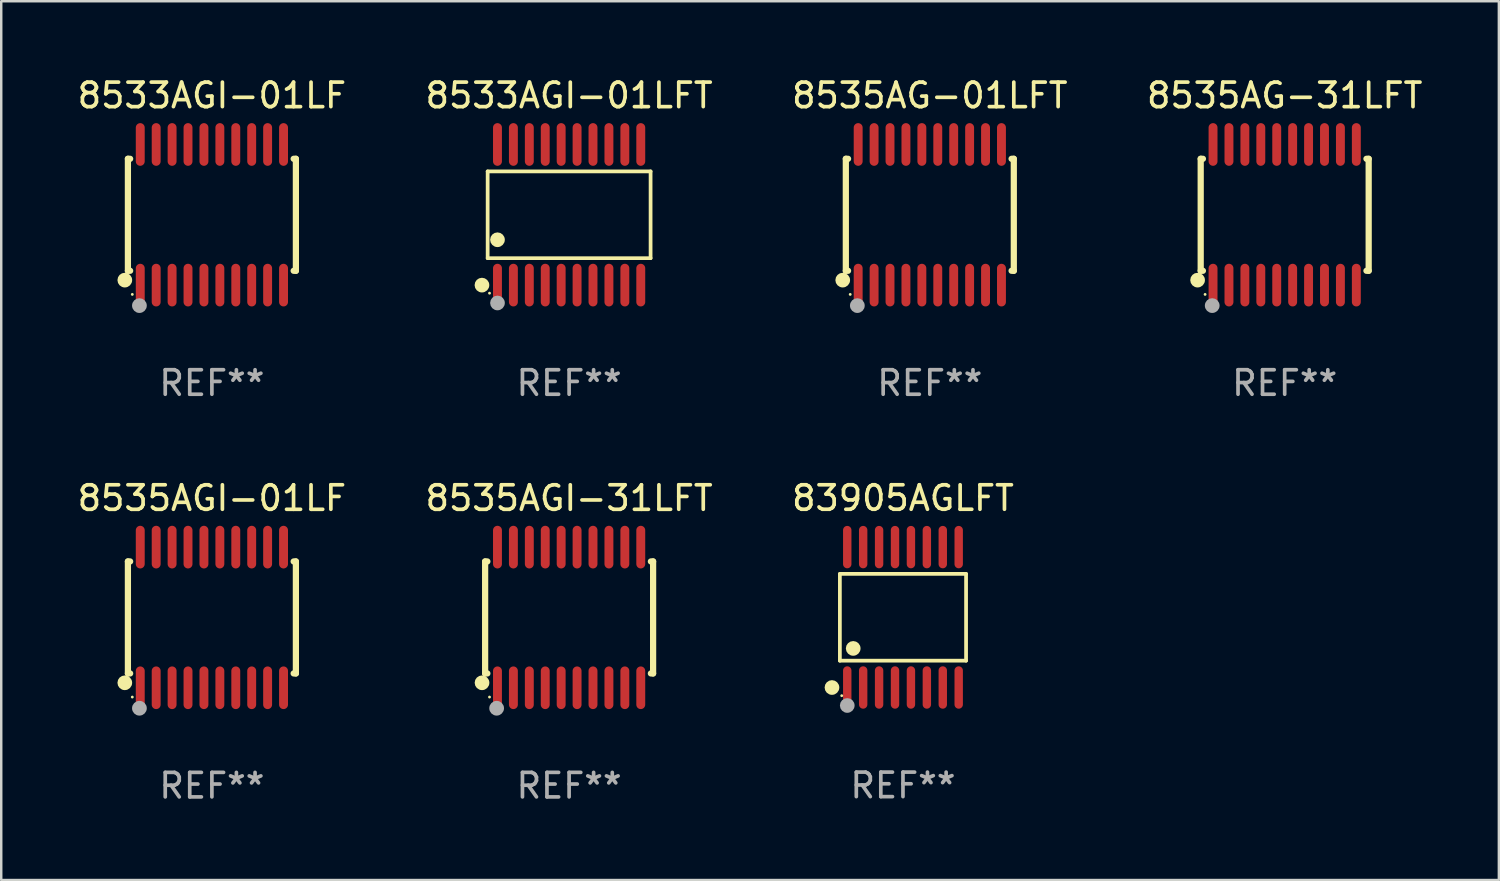
<source format=kicad_pcb>
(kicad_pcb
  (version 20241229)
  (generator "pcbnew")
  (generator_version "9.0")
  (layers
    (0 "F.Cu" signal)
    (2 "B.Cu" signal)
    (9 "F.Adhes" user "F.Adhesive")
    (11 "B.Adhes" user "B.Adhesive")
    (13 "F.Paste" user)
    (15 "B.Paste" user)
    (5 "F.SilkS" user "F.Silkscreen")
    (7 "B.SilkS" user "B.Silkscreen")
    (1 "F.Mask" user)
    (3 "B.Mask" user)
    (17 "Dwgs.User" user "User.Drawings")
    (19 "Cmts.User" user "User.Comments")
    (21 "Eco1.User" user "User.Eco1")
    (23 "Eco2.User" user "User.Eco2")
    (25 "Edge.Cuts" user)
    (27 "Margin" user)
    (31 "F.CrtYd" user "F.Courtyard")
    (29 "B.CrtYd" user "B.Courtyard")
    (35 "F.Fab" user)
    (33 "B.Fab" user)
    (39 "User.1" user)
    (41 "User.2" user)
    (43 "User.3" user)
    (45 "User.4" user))
  (footprint "83905AGLFT"
    (layer "F.Cu")
    (at 33.815 22.152)
    (property "Reference" "83905AGLFT" (at 0 -4.866 0) (layer "F.SilkS") (effects (font (size 1 1) (thickness 0.15))))
    (attr through_hole)
    (fp_line (start -2.576 -1.772) (end 2.576 -1.772) (stroke (width 0.152) (type solid)) (layer "F.SilkS"))
    (fp_line (start -2.576 1.771) (end -2.576 -1.772) (stroke (width 0.152) (type solid)) (layer "F.SilkS"))
    (fp_line (start 2.576 -1.772) (end 2.576 1.771) (stroke (width 0.152) (type solid)) (layer "F.SilkS"))
    (fp_line (start 2.576 1.771) (end -2.576 1.771) (stroke (width 0.152) (type solid)) (layer "F.SilkS"))
    (fp_circle (center -2.899 2.866) (end -2.749 2.866) (stroke (width 0.3) (type solid)) (fill no) (layer "F.SilkS"))
    (fp_circle (center -2.5 3.2) (end -2.47 3.2) (stroke (width 0.06) (type solid)) (fill no) (layer "F.SilkS"))
    (fp_circle (center -2.032 1.27) (end -1.882 1.27) (stroke (width 0.3) (type solid)) (fill no) (layer "F.SilkS"))
    (fp_circle (center -2.275 3.6) (end -2.125 3.6) (stroke (width 0.3) (type solid)) (fill no) (layer "F.Fab"))
    (fp_text user "REF**" (at 0 6.866 0) (layer "F.Fab") (effects (font (size 1 1) (thickness 0.15))))
    (pad "1" smd oval (at -2.275 2.866) (size 0.343 1.731) (layers "F.Cu" "F.Mask" "F.Paste"))
    (pad "2" smd oval (at -1.625 2.866) (size 0.343 1.731) (layers "F.Cu" "F.Mask" "F.Paste"))
    (pad "3" smd oval (at -0.975 2.866) (size 0.343 1.731) (layers "F.Cu" "F.Mask" "F.Paste"))
    (pad "4" smd oval (at -0.325 2.866) (size 0.343 1.731) (layers "F.Cu" "F.Mask" "F.Paste"))
    (pad "5" smd oval (at 0.325 2.866) (size 0.343 1.731) (layers "F.Cu" "F.Mask" "F.Paste"))
    (pad "6" smd oval (at 0.975 2.866) (size 0.343 1.731) (layers "F.Cu" "F.Mask" "F.Paste"))
    (pad "7" smd oval (at 1.625 2.866) (size 0.343 1.731) (layers "F.Cu" "F.Mask" "F.Paste"))
    (pad "8" smd oval (at 2.275 2.866) (size 0.343 1.731) (layers "F.Cu" "F.Mask" "F.Paste"))
    (pad "9" smd oval (at 2.275 -2.866) (size 0.343 1.731) (layers "F.Cu" "F.Mask" "F.Paste"))
    (pad "10" smd oval (at 1.625 -2.866) (size 0.343 1.731) (layers "F.Cu" "F.Mask" "F.Paste"))
    (pad "11" smd oval (at 0.975 -2.866) (size 0.343 1.731) (layers "F.Cu" "F.Mask" "F.Paste"))
    (pad "12" smd oval (at 0.325 -2.866) (size 0.343 1.731) (layers "F.Cu" "F.Mask" "F.Paste"))
    (pad "13" smd oval (at -0.325 -2.866) (size 0.343 1.731) (layers "F.Cu" "F.Mask" "F.Paste"))
    (pad "14" smd oval (at -0.975 -2.866) (size 0.343 1.731) (layers "F.Cu" "F.Mask" "F.Paste"))
    (pad "15" smd oval (at -1.625 -2.866) (size 0.343 1.731) (layers "F.Cu" "F.Mask" "F.Paste"))
    (pad "16" smd oval (at -2.275 -2.866) (size 0.343 1.731) (layers "F.Cu" "F.Mask" "F.Paste")))
  (footprint "8533AGI-01LFT"
    (layer "F.Cu")
    (at 20.185 5.719)
    (property "Reference" "8533AGI-01LFT" (at 0 -4.871 0) (layer "F.SilkS") (effects (font (size 1 1) (thickness 0.15))))
    (attr through_hole)
    (fp_line (start -3.326 -1.771) (end 3.326 -1.771) (stroke (width 0.152) (type solid)) (layer "F.SilkS"))
    (fp_line (start -3.326 1.771) (end -3.326 -1.771) (stroke (width 0.152) (type solid)) (layer "F.SilkS"))
    (fp_line (start 3.326 -1.771) (end 3.326 1.771) (stroke (width 0.152) (type solid)) (layer "F.SilkS"))
    (fp_line (start 3.326 1.771) (end -3.326 1.771) (stroke (width 0.152) (type solid)) (layer "F.SilkS"))
    (fp_circle (center -3.559 2.871) (end -3.409 2.871) (stroke (width 0.3) (type solid)) (fill no) (layer "F.SilkS"))
    (fp_circle (center -3.25 3.2) (end -3.22 3.2) (stroke (width 0.06) (type solid)) (fill no) (layer "F.SilkS"))
    (fp_circle (center -2.925 1.019) (end -2.775 1.019) (stroke (width 0.3) (type solid)) (fill no) (layer "F.SilkS"))
    (fp_circle (center -2.925 3.6) (end -2.775 3.6) (stroke (width 0.3) (type solid)) (fill no) (layer "F.Fab"))
    (fp_text user "REF**" (at 0 6.871 0) (layer "F.Fab") (effects (font (size 1 1) (thickness 0.15))))
    (pad "1" smd oval (at -2.925 2.871) (size 0.364 1.742) (layers "F.Cu" "F.Mask" "F.Paste"))
    (pad "2" smd oval (at -2.275 2.871) (size 0.364 1.742) (layers "F.Cu" "F.Mask" "F.Paste"))
    (pad "3" smd oval (at -1.625 2.871) (size 0.364 1.742) (layers "F.Cu" "F.Mask" "F.Paste"))
    (pad "4" smd oval (at -0.975 2.871) (size 0.364 1.742) (layers "F.Cu" "F.Mask" "F.Paste"))
    (pad "5" smd oval (at -0.325 2.871) (size 0.364 1.742) (layers "F.Cu" "F.Mask" "F.Paste"))
    (pad "6" smd oval (at 0.325 2.871) (size 0.364 1.742) (layers "F.Cu" "F.Mask" "F.Paste"))
    (pad "7" smd oval (at 0.975 2.871) (size 0.364 1.742) (layers "F.Cu" "F.Mask" "F.Paste"))
    (pad "8" smd oval (at 1.625 2.871) (size 0.364 1.742) (layers "F.Cu" "F.Mask" "F.Paste"))
    (pad "9" smd oval (at 2.275 2.871) (size 0.364 1.742) (layers "F.Cu" "F.Mask" "F.Paste"))
    (pad "10" smd oval (at 2.925 2.871) (size 0.364 1.742) (layers "F.Cu" "F.Mask" "F.Paste"))
    (pad "11" smd oval (at 2.925 -2.871) (size 0.364 1.742) (layers "F.Cu" "F.Mask" "F.Paste"))
    (pad "12" smd oval (at 2.275 -2.871) (size 0.364 1.742) (layers "F.Cu" "F.Mask" "F.Paste"))
    (pad "13" smd oval (at 1.625 -2.871) (size 0.364 1.742) (layers "F.Cu" "F.Mask" "F.Paste"))
    (pad "14" smd oval (at 0.975 -2.871) (size 0.364 1.742) (layers "F.Cu" "F.Mask" "F.Paste"))
    (pad "15" smd oval (at 0.325 -2.871) (size 0.364 1.742) (layers "F.Cu" "F.Mask" "F.Paste"))
    (pad "16" smd oval (at -0.325 -2.871) (size 0.364 1.742) (layers "F.Cu" "F.Mask" "F.Paste"))
    (pad "17" smd oval (at -0.975 -2.871) (size 0.364 1.742) (layers "F.Cu" "F.Mask" "F.Paste"))
    (pad "18" smd oval (at -1.625 -2.871) (size 0.364 1.742) (layers "F.Cu" "F.Mask" "F.Paste"))
    (pad "19" smd oval (at -2.275 -2.871) (size 0.364 1.742) (layers "F.Cu" "F.Mask" "F.Paste"))
    (pad "20" smd oval (at -2.925 -2.871) (size 0.364 1.742) (layers "F.Cu" "F.Mask" "F.Paste")))
  (footprint "8535AG-31LFT"
    (layer "F.Cu")
    (at 49.399 5.719)
    (property "Reference" "8535AG-31LFT" (at 0 -4.871 0) (layer "F.SilkS") (effects (font (size 1 1) (thickness 0.15))))
    (attr through_hole)
    (fp_line (start -3.429 -2.286) (end -3.429 2.286) (stroke (width 0.254) (type solid)) (layer "F.SilkS"))
    (fp_line (start -3.429 2.286) (end -3.338 2.286) (stroke (width 0.254) (type solid)) (layer "F.SilkS"))
    (fp_line (start -3.338 -2.286) (end -3.429 -2.286) (stroke (width 0.254) (type solid)) (layer "F.SilkS"))
    (fp_line (start 3.338 -2.286) (end 3.429 -2.286) (stroke (width 0.254) (type solid)) (layer "F.SilkS"))
    (fp_line (start 3.429 -2.286) (end 3.429 2.286) (stroke (width 0.254) (type solid)) (layer "F.SilkS"))
    (fp_line (start 3.429 2.286) (end 3.338 2.286) (stroke (width 0.254) (type solid)) (layer "F.SilkS"))
    (fp_circle (center -3.556 2.667) (end -3.406 2.667) (stroke (width 0.3) (type solid)) (fill no) (layer "F.SilkS"))
    (fp_circle (center -3.25 3.25) (end -3.22 3.25) (stroke (width 0.06) (type solid)) (fill no) (layer "F.SilkS"))
    (fp_circle (center -2.959 3.707) (end -2.808 3.707) (stroke (width 0.3) (type solid)) (fill no) (layer "F.Fab"))
    (fp_text user "REF**" (at 0 6.871 0) (layer "F.Fab") (effects (font (size 1 1) (thickness 0.15))))
    (pad "1" smd oval (at -2.925 2.871) (size 0.364 1.742) (layers "F.Cu" "F.Mask" "F.Paste"))
    (pad "2" smd oval (at -2.275 2.871) (size 0.364 1.742) (layers "F.Cu" "F.Mask" "F.Paste"))
    (pad "3" smd oval (at -1.625 2.871) (size 0.364 1.742) (layers "F.Cu" "F.Mask" "F.Paste"))
    (pad "4" smd oval (at -0.975 2.871) (size 0.364 1.742) (layers "F.Cu" "F.Mask" "F.Paste"))
    (pad "5" smd oval (at -0.325 2.871) (size 0.364 1.742) (layers "F.Cu" "F.Mask" "F.Paste"))
    (pad "6" smd oval (at 0.325 2.871) (size 0.364 1.742) (layers "F.Cu" "F.Mask" "F.Paste"))
    (pad "7" smd oval (at 0.975 2.871) (size 0.364 1.742) (layers "F.Cu" "F.Mask" "F.Paste"))
    (pad "8" smd oval (at 1.625 2.871) (size 0.364 1.742) (layers "F.Cu" "F.Mask" "F.Paste"))
    (pad "9" smd oval (at 2.275 2.871) (size 0.364 1.742) (layers "F.Cu" "F.Mask" "F.Paste"))
    (pad "10" smd oval (at 2.925 2.871) (size 0.364 1.742) (layers "F.Cu" "F.Mask" "F.Paste"))
    (pad "11" smd oval (at 2.925 -2.871) (size 0.364 1.742) (layers "F.Cu" "F.Mask" "F.Paste"))
    (pad "12" smd oval (at 2.275 -2.871) (size 0.364 1.742) (layers "F.Cu" "F.Mask" "F.Paste"))
    (pad "13" smd oval (at 1.625 -2.871) (size 0.364 1.742) (layers "F.Cu" "F.Mask" "F.Paste"))
    (pad "14" smd oval (at 0.975 -2.871) (size 0.364 1.742) (layers "F.Cu" "F.Mask" "F.Paste"))
    (pad "15" smd oval (at 0.325 -2.871) (size 0.364 1.742) (layers "F.Cu" "F.Mask" "F.Paste"))
    (pad "16" smd oval (at -0.325 -2.871) (size 0.364 1.742) (layers "F.Cu" "F.Mask" "F.Paste"))
    (pad "17" smd oval (at -0.975 -2.871) (size 0.364 1.742) (layers "F.Cu" "F.Mask" "F.Paste"))
    (pad "18" smd oval (at -1.625 -2.871) (size 0.364 1.742) (layers "F.Cu" "F.Mask" "F.Paste"))
    (pad "19" smd oval (at -2.275 -2.871) (size 0.364 1.742) (layers "F.Cu" "F.Mask" "F.Paste"))
    (pad "20" smd oval (at -2.925 -2.871) (size 0.364 1.742) (layers "F.Cu" "F.Mask" "F.Paste")))
  (footprint "8535AGI-01LF"
    (layer "F.Cu")
    (at 5.601 22.158)
    (property "Reference" "8535AGI-01LF" (at 0 -4.871 0) (layer "F.SilkS") (effects (font (size 1 1) (thickness 0.15))))
    (attr through_hole)
    (fp_line (start -3.429 -2.286) (end -3.429 2.286) (stroke (width 0.254) (type solid)) (layer "F.SilkS"))
    (fp_line (start -3.429 2.286) (end -3.338 2.286) (stroke (width 0.254) (type solid)) (layer "F.SilkS"))
    (fp_line (start -3.338 -2.286) (end -3.429 -2.286) (stroke (width 0.254) (type solid)) (layer "F.SilkS"))
    (fp_line (start 3.338 -2.286) (end 3.429 -2.286) (stroke (width 0.254) (type solid)) (layer "F.SilkS"))
    (fp_line (start 3.429 -2.286) (end 3.429 2.286) (stroke (width 0.254) (type solid)) (layer "F.SilkS"))
    (fp_line (start 3.429 2.286) (end 3.338 2.286) (stroke (width 0.254) (type solid)) (layer "F.SilkS"))
    (fp_circle (center -3.556 2.667) (end -3.406 2.667) (stroke (width 0.3) (type solid)) (fill no) (layer "F.SilkS"))
    (fp_circle (center -3.25 3.25) (end -3.22 3.25) (stroke (width 0.06) (type solid)) (fill no) (layer "F.SilkS"))
    (fp_circle (center -2.959 3.707) (end -2.808 3.707) (stroke (width 0.3) (type solid)) (fill no) (layer "F.Fab"))
    (fp_text user "REF**" (at 0 6.871 0) (layer "F.Fab") (effects (font (size 1 1) (thickness 0.15))))
    (pad "1" smd oval (at -2.925 2.871) (size 0.364 1.742) (layers "F.Cu" "F.Mask" "F.Paste"))
    (pad "2" smd oval (at -2.275 2.871) (size 0.364 1.742) (layers "F.Cu" "F.Mask" "F.Paste"))
    (pad "3" smd oval (at -1.625 2.871) (size 0.364 1.742) (layers "F.Cu" "F.Mask" "F.Paste"))
    (pad "4" smd oval (at -0.975 2.871) (size 0.364 1.742) (layers "F.Cu" "F.Mask" "F.Paste"))
    (pad "5" smd oval (at -0.325 2.871) (size 0.364 1.742) (layers "F.Cu" "F.Mask" "F.Paste"))
    (pad "6" smd oval (at 0.325 2.871) (size 0.364 1.742) (layers "F.Cu" "F.Mask" "F.Paste"))
    (pad "7" smd oval (at 0.975 2.871) (size 0.364 1.742) (layers "F.Cu" "F.Mask" "F.Paste"))
    (pad "8" smd oval (at 1.625 2.871) (size 0.364 1.742) (layers "F.Cu" "F.Mask" "F.Paste"))
    (pad "9" smd oval (at 2.275 2.871) (size 0.364 1.742) (layers "F.Cu" "F.Mask" "F.Paste"))
    (pad "10" smd oval (at 2.925 2.871) (size 0.364 1.742) (layers "F.Cu" "F.Mask" "F.Paste"))
    (pad "11" smd oval (at 2.925 -2.871) (size 0.364 1.742) (layers "F.Cu" "F.Mask" "F.Paste"))
    (pad "12" smd oval (at 2.275 -2.871) (size 0.364 1.742) (layers "F.Cu" "F.Mask" "F.Paste"))
    (pad "13" smd oval (at 1.625 -2.871) (size 0.364 1.742) (layers "F.Cu" "F.Mask" "F.Paste"))
    (pad "14" smd oval (at 0.975 -2.871) (size 0.364 1.742) (layers "F.Cu" "F.Mask" "F.Paste"))
    (pad "15" smd oval (at 0.325 -2.871) (size 0.364 1.742) (layers "F.Cu" "F.Mask" "F.Paste"))
    (pad "16" smd oval (at -0.325 -2.871) (size 0.364 1.742) (layers "F.Cu" "F.Mask" "F.Paste"))
    (pad "17" smd oval (at -0.975 -2.871) (size 0.364 1.742) (layers "F.Cu" "F.Mask" "F.Paste"))
    (pad "18" smd oval (at -1.625 -2.871) (size 0.364 1.742) (layers "F.Cu" "F.Mask" "F.Paste"))
    (pad "19" smd oval (at -2.275 -2.871) (size 0.364 1.742) (layers "F.Cu" "F.Mask" "F.Paste"))
    (pad "20" smd oval (at -2.925 -2.871) (size 0.364 1.742) (layers "F.Cu" "F.Mask" "F.Paste")))
  (footprint "8535AGI-31LFT"
    (layer "F.Cu")
    (at 20.185 22.158)
    (property "Reference" "8535AGI-31LFT" (at 0 -4.871 0) (layer "F.SilkS") (effects (font (size 1 1) (thickness 0.15))))
    (attr through_hole)
    (fp_line (start -3.429 -2.286) (end -3.429 2.286) (stroke (width 0.254) (type solid)) (layer "F.SilkS"))
    (fp_line (start -3.429 2.286) (end -3.338 2.286) (stroke (width 0.254) (type solid)) (layer "F.SilkS"))
    (fp_line (start -3.338 -2.286) (end -3.429 -2.286) (stroke (width 0.254) (type solid)) (layer "F.SilkS"))
    (fp_line (start 3.338 -2.286) (end 3.429 -2.286) (stroke (width 0.254) (type solid)) (layer "F.SilkS"))
    (fp_line (start 3.429 -2.286) (end 3.429 2.286) (stroke (width 0.254) (type solid)) (layer "F.SilkS"))
    (fp_line (start 3.429 2.286) (end 3.338 2.286) (stroke (width 0.254) (type solid)) (layer "F.SilkS"))
    (fp_circle (center -3.556 2.667) (end -3.406 2.667) (stroke (width 0.3) (type solid)) (fill no) (layer "F.SilkS"))
    (fp_circle (center -3.25 3.25) (end -3.22 3.25) (stroke (width 0.06) (type solid)) (fill no) (layer "F.SilkS"))
    (fp_circle (center -2.959 3.707) (end -2.808 3.707) (stroke (width 0.3) (type solid)) (fill no) (layer "F.Fab"))
    (fp_text user "REF**" (at 0 6.871 0) (layer "F.Fab") (effects (font (size 1 1) (thickness 0.15))))
    (pad "1" smd oval (at -2.925 2.871) (size 0.364 1.742) (layers "F.Cu" "F.Mask" "F.Paste"))
    (pad "2" smd oval (at -2.275 2.871) (size 0.364 1.742) (layers "F.Cu" "F.Mask" "F.Paste"))
    (pad "3" smd oval (at -1.625 2.871) (size 0.364 1.742) (layers "F.Cu" "F.Mask" "F.Paste"))
    (pad "4" smd oval (at -0.975 2.871) (size 0.364 1.742) (layers "F.Cu" "F.Mask" "F.Paste"))
    (pad "5" smd oval (at -0.325 2.871) (size 0.364 1.742) (layers "F.Cu" "F.Mask" "F.Paste"))
    (pad "6" smd oval (at 0.325 2.871) (size 0.364 1.742) (layers "F.Cu" "F.Mask" "F.Paste"))
    (pad "7" smd oval (at 0.975 2.871) (size 0.364 1.742) (layers "F.Cu" "F.Mask" "F.Paste"))
    (pad "8" smd oval (at 1.625 2.871) (size 0.364 1.742) (layers "F.Cu" "F.Mask" "F.Paste"))
    (pad "9" smd oval (at 2.275 2.871) (size 0.364 1.742) (layers "F.Cu" "F.Mask" "F.Paste"))
    (pad "10" smd oval (at 2.925 2.871) (size 0.364 1.742) (layers "F.Cu" "F.Mask" "F.Paste"))
    (pad "11" smd oval (at 2.925 -2.871) (size 0.364 1.742) (layers "F.Cu" "F.Mask" "F.Paste"))
    (pad "12" smd oval (at 2.275 -2.871) (size 0.364 1.742) (layers "F.Cu" "F.Mask" "F.Paste"))
    (pad "13" smd oval (at 1.625 -2.871) (size 0.364 1.742) (layers "F.Cu" "F.Mask" "F.Paste"))
    (pad "14" smd oval (at 0.975 -2.871) (size 0.364 1.742) (layers "F.Cu" "F.Mask" "F.Paste"))
    (pad "15" smd oval (at 0.325 -2.871) (size 0.364 1.742) (layers "F.Cu" "F.Mask" "F.Paste"))
    (pad "16" smd oval (at -0.325 -2.871) (size 0.364 1.742) (layers "F.Cu" "F.Mask" "F.Paste"))
    (pad "17" smd oval (at -0.975 -2.871) (size 0.364 1.742) (layers "F.Cu" "F.Mask" "F.Paste"))
    (pad "18" smd oval (at -1.625 -2.871) (size 0.364 1.742) (layers "F.Cu" "F.Mask" "F.Paste"))
    (pad "19" smd oval (at -2.275 -2.871) (size 0.364 1.742) (layers "F.Cu" "F.Mask" "F.Paste"))
    (pad "20" smd oval (at -2.925 -2.871) (size 0.364 1.742) (layers "F.Cu" "F.Mask" "F.Paste")))
  (footprint "8535AG-01LFT"
    (layer "F.Cu")
    (at 34.911 5.719)
    (property "Reference" "8535AG-01LFT" (at 0 -4.871 0) (layer "F.SilkS") (effects (font (size 1 1) (thickness 0.15))))
    (attr through_hole)
    (fp_line (start -3.429 -2.286) (end -3.429 2.286) (stroke (width 0.254) (type solid)) (layer "F.SilkS"))
    (fp_line (start -3.429 2.286) (end -3.338 2.286) (stroke (width 0.254) (type solid)) (layer "F.SilkS"))
    (fp_line (start -3.338 -2.286) (end -3.429 -2.286) (stroke (width 0.254) (type solid)) (layer "F.SilkS"))
    (fp_line (start 3.338 -2.286) (end 3.429 -2.286) (stroke (width 0.254) (type solid)) (layer "F.SilkS"))
    (fp_line (start 3.429 -2.286) (end 3.429 2.286) (stroke (width 0.254) (type solid)) (layer "F.SilkS"))
    (fp_line (start 3.429 2.286) (end 3.338 2.286) (stroke (width 0.254) (type solid)) (layer "F.SilkS"))
    (fp_circle (center -3.556 2.667) (end -3.406 2.667) (stroke (width 0.3) (type solid)) (fill no) (layer "F.SilkS"))
    (fp_circle (center -3.25 3.25) (end -3.22 3.25) (stroke (width 0.06) (type solid)) (fill no) (layer "F.SilkS"))
    (fp_circle (center -2.959 3.707) (end -2.808 3.707) (stroke (width 0.3) (type solid)) (fill no) (layer "F.Fab"))
    (fp_text user "REF**" (at 0 6.871 0) (layer "F.Fab") (effects (font (size 1 1) (thickness 0.15))))
    (pad "1" smd oval (at -2.925 2.871) (size 0.364 1.742) (layers "F.Cu" "F.Mask" "F.Paste"))
    (pad "2" smd oval (at -2.275 2.871) (size 0.364 1.742) (layers "F.Cu" "F.Mask" "F.Paste"))
    (pad "3" smd oval (at -1.625 2.871) (size 0.364 1.742) (layers "F.Cu" "F.Mask" "F.Paste"))
    (pad "4" smd oval (at -0.975 2.871) (size 0.364 1.742) (layers "F.Cu" "F.Mask" "F.Paste"))
    (pad "5" smd oval (at -0.325 2.871) (size 0.364 1.742) (layers "F.Cu" "F.Mask" "F.Paste"))
    (pad "6" smd oval (at 0.325 2.871) (size 0.364 1.742) (layers "F.Cu" "F.Mask" "F.Paste"))
    (pad "7" smd oval (at 0.975 2.871) (size 0.364 1.742) (layers "F.Cu" "F.Mask" "F.Paste"))
    (pad "8" smd oval (at 1.625 2.871) (size 0.364 1.742) (layers "F.Cu" "F.Mask" "F.Paste"))
    (pad "9" smd oval (at 2.275 2.871) (size 0.364 1.742) (layers "F.Cu" "F.Mask" "F.Paste"))
    (pad "10" smd oval (at 2.925 2.871) (size 0.364 1.742) (layers "F.Cu" "F.Mask" "F.Paste"))
    (pad "11" smd oval (at 2.925 -2.871) (size 0.364 1.742) (layers "F.Cu" "F.Mask" "F.Paste"))
    (pad "12" smd oval (at 2.275 -2.871) (size 0.364 1.742) (layers "F.Cu" "F.Mask" "F.Paste"))
    (pad "13" smd oval (at 1.625 -2.871) (size 0.364 1.742) (layers "F.Cu" "F.Mask" "F.Paste"))
    (pad "14" smd oval (at 0.975 -2.871) (size 0.364 1.742) (layers "F.Cu" "F.Mask" "F.Paste"))
    (pad "15" smd oval (at 0.325 -2.871) (size 0.364 1.742) (layers "F.Cu" "F.Mask" "F.Paste"))
    (pad "16" smd oval (at -0.325 -2.871) (size 0.364 1.742) (layers "F.Cu" "F.Mask" "F.Paste"))
    (pad "17" smd oval (at -0.975 -2.871) (size 0.364 1.742) (layers "F.Cu" "F.Mask" "F.Paste"))
    (pad "18" smd oval (at -1.625 -2.871) (size 0.364 1.742) (layers "F.Cu" "F.Mask" "F.Paste"))
    (pad "19" smd oval (at -2.275 -2.871) (size 0.364 1.742) (layers "F.Cu" "F.Mask" "F.Paste"))
    (pad "20" smd oval (at -2.925 -2.871) (size 0.364 1.742) (layers "F.Cu" "F.Mask" "F.Paste")))
  (footprint "8533AGI-01LF"
    (layer "F.Cu")
    (at 5.601 5.719)
    (property "Reference" "8533AGI-01LF" (at 0 -4.871 0) (layer "F.SilkS") (effects (font (size 1 1) (thickness 0.15))))
    (attr through_hole)
    (fp_line (start -3.429 -2.286) (end -3.429 2.286) (stroke (width 0.254) (type solid)) (layer "F.SilkS"))
    (fp_line (start -3.429 2.286) (end -3.338 2.286) (stroke (width 0.254) (type solid)) (layer "F.SilkS"))
    (fp_line (start -3.338 -2.286) (end -3.429 -2.286) (stroke (width 0.254) (type solid)) (layer "F.SilkS"))
    (fp_line (start 3.338 -2.286) (end 3.429 -2.286) (stroke (width 0.254) (type solid)) (layer "F.SilkS"))
    (fp_line (start 3.429 -2.286) (end 3.429 2.286) (stroke (width 0.254) (type solid)) (layer "F.SilkS"))
    (fp_line (start 3.429 2.286) (end 3.338 2.286) (stroke (width 0.254) (type solid)) (layer "F.SilkS"))
    (fp_circle (center -3.556 2.667) (end -3.406 2.667) (stroke (width 0.3) (type solid)) (fill no) (layer "F.SilkS"))
    (fp_circle (center -3.25 3.25) (end -3.22 3.25) (stroke (width 0.06) (type solid)) (fill no) (layer "F.SilkS"))
    (fp_circle (center -2.959 3.707) (end -2.808 3.707) (stroke (width 0.3) (type solid)) (fill no) (layer "F.Fab"))
    (fp_text user "REF**" (at 0 6.871 0) (layer "F.Fab") (effects (font (size 1 1) (thickness 0.15))))
    (pad "1" smd oval (at -2.925 2.871) (size 0.364 1.742) (layers "F.Cu" "F.Mask" "F.Paste"))
    (pad "2" smd oval (at -2.275 2.871) (size 0.364 1.742) (layers "F.Cu" "F.Mask" "F.Paste"))
    (pad "3" smd oval (at -1.625 2.871) (size 0.364 1.742) (layers "F.Cu" "F.Mask" "F.Paste"))
    (pad "4" smd oval (at -0.975 2.871) (size 0.364 1.742) (layers "F.Cu" "F.Mask" "F.Paste"))
    (pad "5" smd oval (at -0.325 2.871) (size 0.364 1.742) (layers "F.Cu" "F.Mask" "F.Paste"))
    (pad "6" smd oval (at 0.325 2.871) (size 0.364 1.742) (layers "F.Cu" "F.Mask" "F.Paste"))
    (pad "7" smd oval (at 0.975 2.871) (size 0.364 1.742) (layers "F.Cu" "F.Mask" "F.Paste"))
    (pad "8" smd oval (at 1.625 2.871) (size 0.364 1.742) (layers "F.Cu" "F.Mask" "F.Paste"))
    (pad "9" smd oval (at 2.275 2.871) (size 0.364 1.742) (layers "F.Cu" "F.Mask" "F.Paste"))
    (pad "10" smd oval (at 2.925 2.871) (size 0.364 1.742) (layers "F.Cu" "F.Mask" "F.Paste"))
    (pad "11" smd oval (at 2.925 -2.871) (size 0.364 1.742) (layers "F.Cu" "F.Mask" "F.Paste"))
    (pad "12" smd oval (at 2.275 -2.871) (size 0.364 1.742) (layers "F.Cu" "F.Mask" "F.Paste"))
    (pad "13" smd oval (at 1.625 -2.871) (size 0.364 1.742) (layers "F.Cu" "F.Mask" "F.Paste"))
    (pad "14" smd oval (at 0.975 -2.871) (size 0.364 1.742) (layers "F.Cu" "F.Mask" "F.Paste"))
    (pad "15" smd oval (at 0.325 -2.871) (size 0.364 1.742) (layers "F.Cu" "F.Mask" "F.Paste"))
    (pad "16" smd oval (at -0.325 -2.871) (size 0.364 1.742) (layers "F.Cu" "F.Mask" "F.Paste"))
    (pad "17" smd oval (at -0.975 -2.871) (size 0.364 1.742) (layers "F.Cu" "F.Mask" "F.Paste"))
    (pad "18" smd oval (at -1.625 -2.871) (size 0.364 1.742) (layers "F.Cu" "F.Mask" "F.Paste"))
    (pad "19" smd oval (at -2.275 -2.871) (size 0.364 1.742) (layers "F.Cu" "F.Mask" "F.Paste"))
    (pad "20" smd oval (at -2.925 -2.871) (size 0.364 1.742) (layers "F.Cu" "F.Mask" "F.Paste")))
  (gr_rect
    (start -3 -3)
    (end 58.143 32.877)
    (stroke (width 0.1) (type default))
    (fill no)
    (layer "Edge.Cuts")))
</source>
